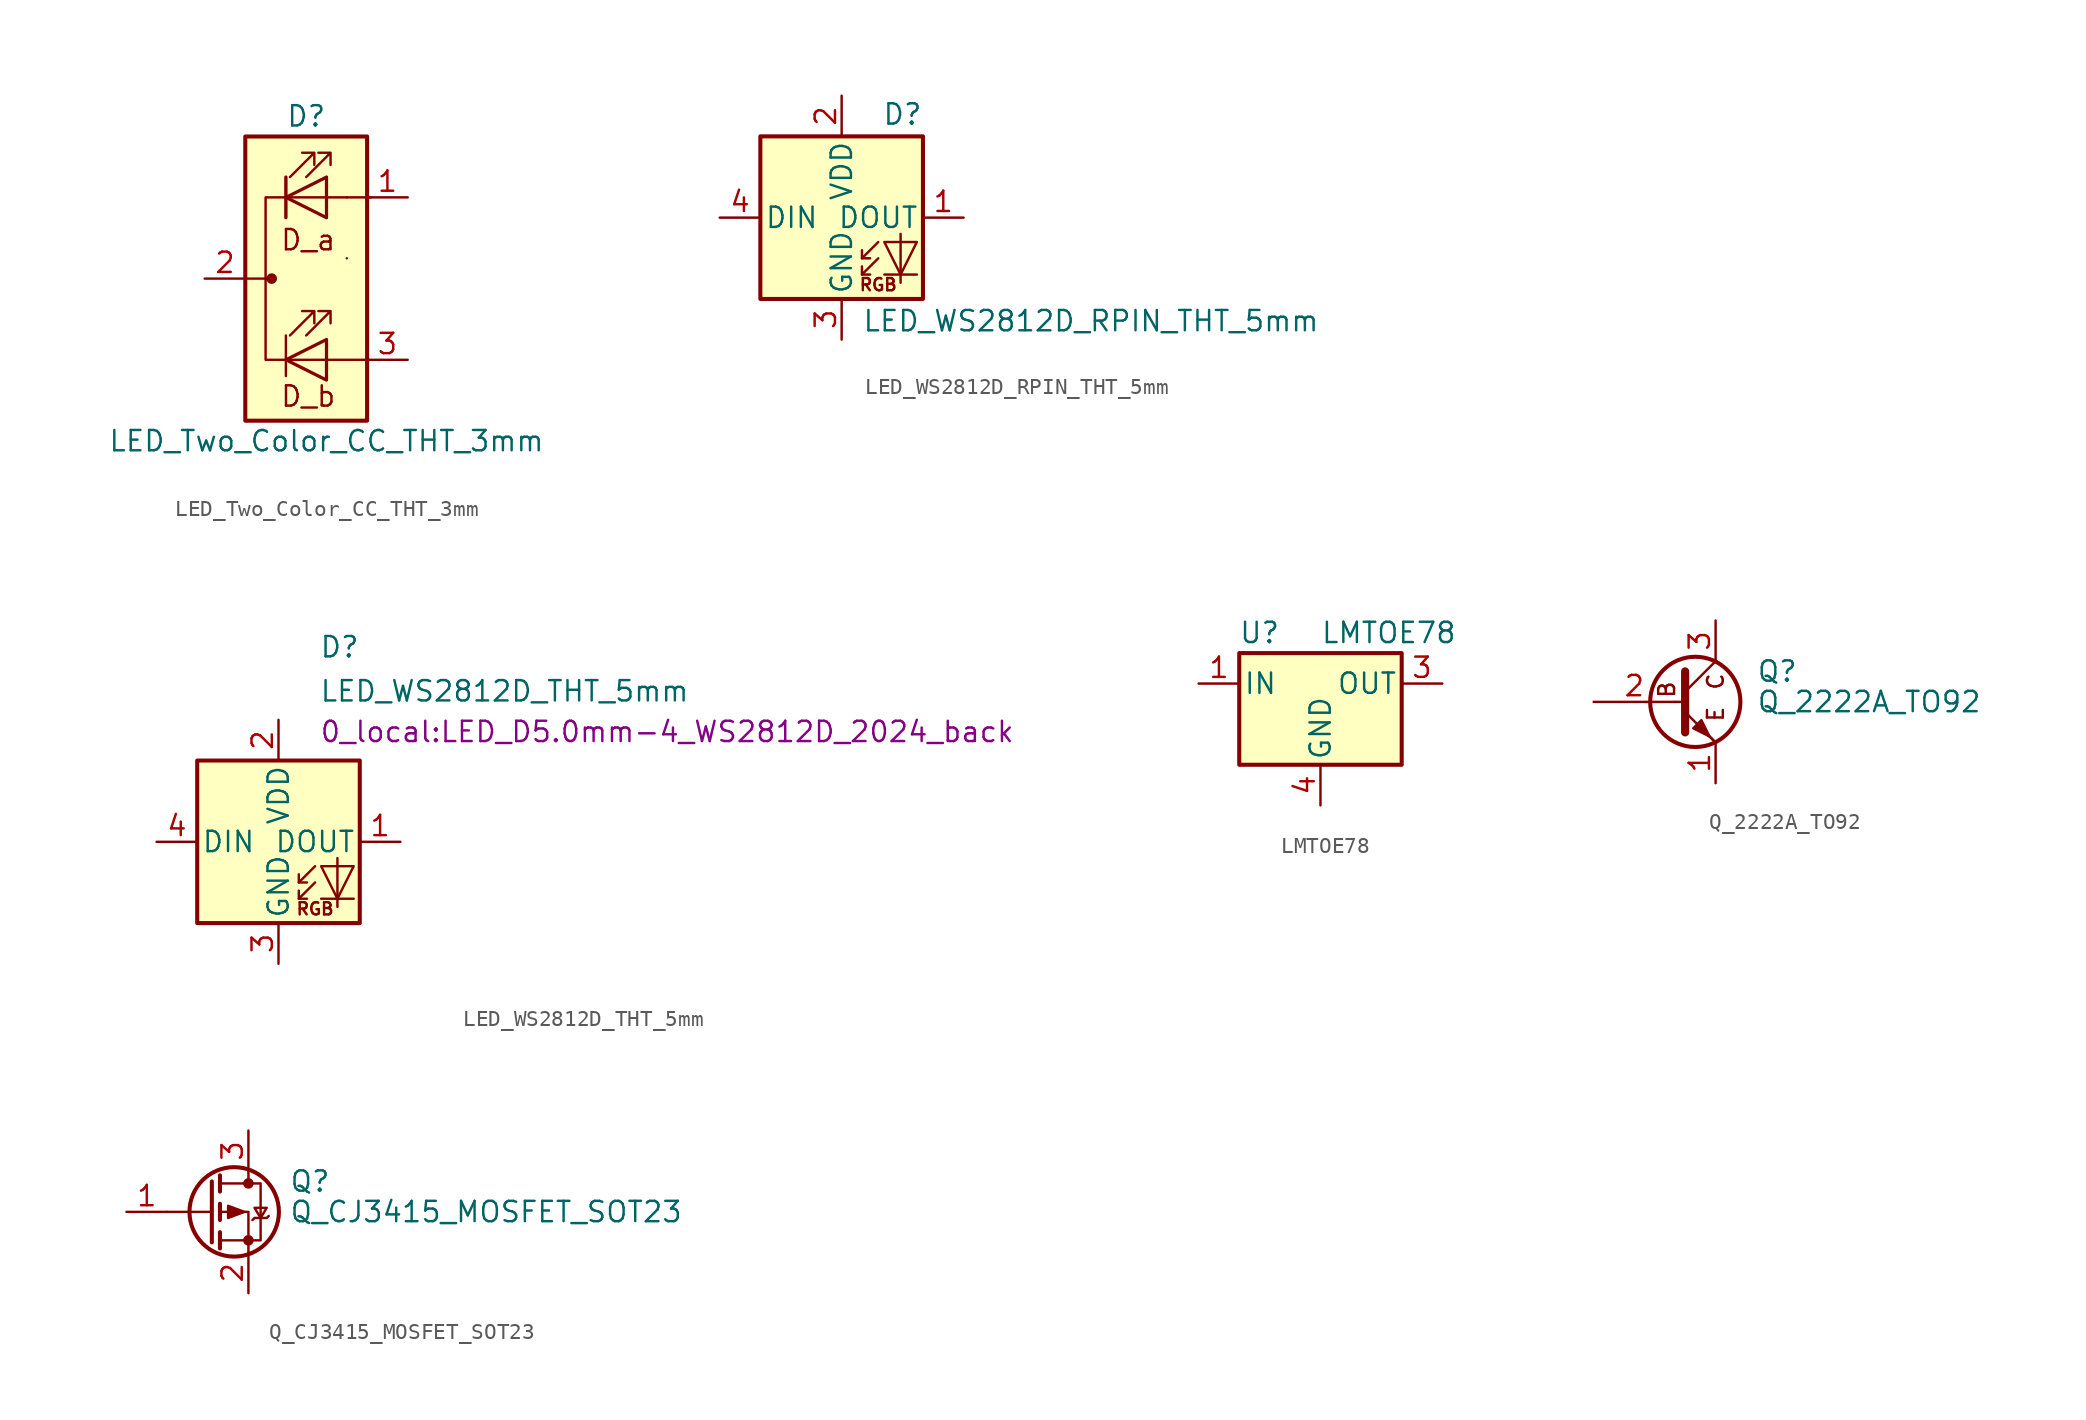
<source format=kicad_sym>
(kicad_symbol_lib
  (version 20220914)
  (generator kicad_symbol_editor)
  (symbol "LED_Two_Color_CC_THT_3mm"
    (pin_names
      (offset 0) hide)
    (property "Reference" "D"
      (at -1.27 10.16 0)
      (effects (font (size 1.27 1.27))))
    (property "Value" "LED_Two_Color_CC_THT_3mm"
      (at 0 -10.16 0)
      (effects (font (size 1.27 1.27))))
    (symbol "LED_Two_Color_CC_THT_3mm_0_0"
      (text "D_a" (at -1.143 2.413 0) (effects (font (size 1.27 1.27))))
      (text "D_b" (at -1.143 -7.366 0) (effects (font (size 1.27 1.27)))))
    (symbol "LED_Two_Color_CC_THT_3mm_0_1"
      (rectangle (start -5.08 8.89) (end 2.54 -8.89) (stroke (width 0.254) (type default)) (fill (type background)))
      (circle (center -3.429 0) (radius 0.254) (stroke (width 0) (type default)) (fill (type outline)))
      (polyline (pts (xy -5.08 0) (xy -3.556 0)) (stroke (width 0) (type default)) (fill (type none)))
      (polyline (pts (xy -2.54 -5.08) (xy 0 -5.08)) (stroke (width 0) (type default)) (fill (type none)))
      (polyline (pts (xy -2.54 -3.556) (xy -2.54 -6.096)) (stroke (width 0) (type default)) (fill (type none)))
      (polyline (pts (xy -2.54 5.08) (xy 0 5.08)) (stroke (width 0) (type default)) (fill (type none)))
      (polyline (pts (xy -2.54 6.35) (xy -2.54 3.81)) (stroke (width 0.203) (type default)) (fill (type none)))
      (polyline (pts (xy 0 -5.08) (xy 2.54 -5.08)) (stroke (width 0) (type default)) (fill (type none)))
      (polyline (pts (xy 0 5.08) (xy 1.27 5.08)) (stroke (width 0) (type default)) (fill (type none)))
      (polyline (pts (xy 1.27 5.08) (xy 2.794 5.08)) (stroke (width 0) (type default)) (fill (type none)))
      (polyline (pts (xy -2.54 6.35) (xy -2.54 3.81) (xy -2.54 3.81)) (stroke (width 0) (type default)) (fill (type none)))
      (polyline (pts (xy -2.54 5.08) (xy -3.81 5.08) (xy -3.81 -5.08) (xy -2.54 -5.08)) (stroke (width 0) (type default)) (fill (type none)))
      (polyline (pts (xy 0 -3.81) (xy 0 -6.35) (xy -2.54 -5.08) (xy 0 -3.81)) (stroke (width 0.203) (type default)) (fill (type none)))
      (polyline (pts (xy 0 6.35) (xy 0 3.81) (xy -2.54 5.08) (xy 0 6.35)) (stroke (width 0.203) (type default)) (fill (type none)))
      (polyline (pts (xy -2.286 -3.556) (xy -0.762 -2.032) (xy -1.524 -2.032) (xy -0.762 -2.032) (xy -0.762 -2.794)) (stroke (width 0) (type default)) (fill (type none)))
      (polyline (pts (xy -2.286 6.35) (xy -0.762 7.874) (xy -1.524 7.874) (xy -0.762 7.874) (xy -0.762 7.112)) (stroke (width 0) (type default)) (fill (type none)))
      (polyline (pts (xy -1.27 -3.556) (xy 0.254 -2.032) (xy -0.508 -2.032) (xy 0.254 -2.032) (xy 0.254 -2.794)) (stroke (width 0) (type default)) (fill (type none)))
      (polyline (pts (xy -1.27 6.35) (xy 0.254 7.874) (xy -0.508 7.874) (xy 0.254 7.874) (xy 0.254 7.112)) (stroke (width 0) (type default)) (fill (type none)))
      (rectangle (start 0 3.81) (end 0 6.35) (stroke (width 0) (type default)) (fill (type none)))
      (rectangle (start 0 6.35) (end 0 6.35) (stroke (width 0) (type default)) (fill (type none)))
      (rectangle (start 1.27 1.27) (end 1.27 1.27) (stroke (width 0) (type default)) (fill (type none))))
    (symbol "LED_Two_Color_CC_THT_3mm_1_1"
      (pin passive line (at 5.08 5.08 180) (length 2.54) (name "RA" (effects (font (size 1.27 1.27)))) (number "1" (effects (font (size 1.27 1.27)))))
      (pin passive line (at -7.62 0 0) (length 2.54) (name "K" (effects (font (size 1.27 1.27)))) (number "2" (effects (font (size 1.27 1.27)))))
      (pin passive line (at 5.08 -5.08 180) (length 2.54) (name "BA" (effects (font (size 1.27 1.27)))) (number "3" (effects (font (size 1.27 1.27)))))))
  (symbol "LED_WS2812D_RPIN_THT_5mm"
    (pin_names
      (offset 0.254))
    (property "Reference" "D"
      (at 5.08 5.715 0)
      (effects (font (size 1.27 1.27)) (justify right bottom)))
    (property "Value" "LED_WS2812D_RPIN_THT_5mm"
      (at 1.27 -5.715 0)
      (effects (font (size 1.27 1.27)) (justify left top)))
    (symbol "LED_WS2812D_RPIN_THT_5mm_0_0"
      (text "RGB" (at 2.286 -4.191 0) (effects (font (size 0.762 0.762)))))
    (symbol "LED_WS2812D_RPIN_THT_5mm_0_1"
      (polyline (pts (xy 1.27 -3.556) (xy 1.778 -3.556)) (stroke (width 0) (type default)) (fill (type none)))
      (polyline (pts (xy 1.27 -2.54) (xy 1.778 -2.54)) (stroke (width 0) (type default)) (fill (type none)))
      (polyline (pts (xy 4.699 -3.556) (xy 2.667 -3.556)) (stroke (width 0) (type default)) (fill (type none)))
      (polyline (pts (xy 2.286 -2.54) (xy 1.27 -3.556) (xy 1.27 -3.048)) (stroke (width 0) (type default)) (fill (type none)))
      (polyline (pts (xy 2.286 -1.524) (xy 1.27 -2.54) (xy 1.27 -2.032)) (stroke (width 0) (type default)) (fill (type none)))
      (polyline (pts (xy 3.683 -1.016) (xy 3.683 -3.556) (xy 3.683 -4.064)) (stroke (width 0) (type default)) (fill (type none)))
      (polyline (pts (xy 4.699 -1.524) (xy 2.667 -1.524) (xy 3.683 -3.556) (xy 4.699 -1.524)) (stroke (width 0) (type default)) (fill (type none)))
      (rectangle (start 5.08 5.08) (end -5.08 -5.08) (stroke (width 0.254) (type default)) (fill (type background))))
    (symbol "LED_WS2812D_RPIN_THT_5mm_1_1"
      (pin output line (at 7.62 0 180) (length 2.54) (name "DOUT" (effects (font (size 1.27 1.27)))) (number "1" (effects (font (size 1.27 1.27)))))
      (pin power_in line (at 0 7.62 270) (length 2.54) (name "VDD" (effects (font (size 1.27 1.27)))) (number "2" (effects (font (size 1.27 1.27)))))
      (pin power_in line (at 0 -7.62 90) (length 2.54) (name "GND" (effects (font (size 1.27 1.27)))) (number "3" (effects (font (size 1.27 1.27)))))
      (pin input line (at -7.62 0 0) (length 2.54) (name "DIN" (effects (font (size 1.27 1.27)))) (number "4" (effects (font (size 1.27 1.27)))))))
  (symbol "LED_WS2812D_THT_5mm"
    (pin_names
      (offset 0.254))
    (property "Reference" "D"
      (at 2.54 11.43 0)
      (effects (font (size 1.27 1.27)) (justify left bottom)))
    (property "Value" "LED_WS2812D_THT_5mm"
      (at 2.54 10.16 0)
      (effects (font (size 1.27 1.27)) (justify left top)))
    (property "Footprint" "0_local:LED_D5.0mm-4_WS2812D_2024_back"
      (at 2.54 7.62 0)
      (effects (font (size 1.27 1.27)) (justify left top)))
    (symbol "LED_WS2812D_THT_5mm_0_0"
      (text "RGB" (at 2.286 -4.191 0) (effects (font (size 0.762 0.762)))))
    (symbol "LED_WS2812D_THT_5mm_0_1"
      (polyline (pts (xy 1.27 -3.556) (xy 1.778 -3.556)) (stroke (width 0) (type default)) (fill (type none)))
      (polyline (pts (xy 1.27 -2.54) (xy 1.778 -2.54)) (stroke (width 0) (type default)) (fill (type none)))
      (polyline (pts (xy 4.699 -3.556) (xy 2.667 -3.556)) (stroke (width 0) (type default)) (fill (type none)))
      (polyline (pts (xy 2.286 -2.54) (xy 1.27 -3.556) (xy 1.27 -3.048)) (stroke (width 0) (type default)) (fill (type none)))
      (polyline (pts (xy 2.286 -1.524) (xy 1.27 -2.54) (xy 1.27 -2.032)) (stroke (width 0) (type default)) (fill (type none)))
      (polyline (pts (xy 3.683 -1.016) (xy 3.683 -3.556) (xy 3.683 -4.064)) (stroke (width 0) (type default)) (fill (type none)))
      (polyline (pts (xy 4.699 -1.524) (xy 2.667 -1.524) (xy 3.683 -3.556) (xy 4.699 -1.524)) (stroke (width 0) (type default)) (fill (type none)))
      (rectangle (start 5.08 5.08) (end -5.08 -5.08) (stroke (width 0.254) (type default)) (fill (type background))))
    (symbol "LED_WS2812D_THT_5mm_1_1"
      (pin output line (at 7.62 0 180) (length 2.54) (name "DOUT" (effects (font (size 1.27 1.27)))) (number "1" (effects (font (size 1.27 1.27)))))
      (pin power_in line (at 0 7.62 270) (length 2.54) (name "VDD" (effects (font (size 1.27 1.27)))) (number "2" (effects (font (size 1.27 1.27)))))
      (pin power_in line (at 0 -7.62 90) (length 2.54) (name "GND" (effects (font (size 1.27 1.27)))) (number "3" (effects (font (size 1.27 1.27)))))
      (pin input line (at -7.62 0 0) (length 2.54) (name "DIN" (effects (font (size 1.27 1.27)))) (number "4" (effects (font (size 1.27 1.27)))))))
  (symbol "LMTOE78"
    (pin_names
      (offset 0.254))
    (property "Reference" "U"
      (at -3.81 3.175 0)
      (effects (font (size 1.27 1.27))))
    (property "Value" "LMTOE78"
      (at 0 3.175 0)
      (effects (font (size 1.27 1.27)) (justify left)))
    (symbol "LMTOE78_0_1"
      (rectangle (start -5.08 1.905) (end 5.08 -5.08) (stroke (width 0.254) (type default)) (fill (type background))))
    (symbol "LMTOE78_1_1"
      (pin power_in line (at -7.62 0 0) (length 2.54) (name "IN" (effects (font (size 1.27 1.27)))) (number "1" (effects (font (size 1.27 1.27)))))
      (pin power_out line (at 7.62 0 180) (length 2.54) (name "OUT" (effects (font (size 1.27 1.27)))) (number "3" (effects (font (size 1.27 1.27)))))
      (pin power_in line (at 0 -7.62 90) (length 2.54) (name "GND" (effects (font (size 1.27 1.27)))) (number "4" (effects (font (size 1.27 1.27)))))))
  (symbol "Q_2222A_TO92"
    (pin_names
      (offset 0) hide)
    (property "Reference" "Q"
      (at 5.08 1.905 0)
      (effects (font (size 1.27 1.27)) (justify left)))
    (property "Value" "Q_2222A_TO92"
      (at 5.08 0 0)
      (effects (font (size 1.27 1.27)) (justify left)))
    (symbol "Q_2222A_TO92_0_0"
      (text "B" (at -0.508 0.762 900) (effects (font (size 0.991 0.991))))
      (text "C" (at 2.54 1.27 900) (effects (font (size 0.991 0.991))))
      (text "E" (at 2.54 -0.762 900) (effects (font (size 0.991 0.991)))))
    (symbol "Q_2222A_TO92_0_1"
      (polyline (pts (xy 0 0) (xy 0.635 0)) (stroke (width 0) (type default)) (fill (type none)))
      (polyline (pts (xy 2.54 -2.54) (xy 0.635 -0.635)) (stroke (width 0) (type default)) (fill (type none)))
      (polyline (pts (xy 2.54 2.54) (xy 0.635 0.635)) (stroke (width 0) (type default)) (fill (type none)))
      (polyline (pts (xy 0.635 1.905) (xy 0.635 -1.905) (xy 0.635 -1.905)) (stroke (width 0.508) (type default)) (fill (type none)))
      (polyline (pts (xy 2.413 -2.413) (xy 1.905 -1.905) (xy 1.905 -1.905)) (stroke (width 0) (type default)) (fill (type none)))
      (polyline (pts (xy 1.143 -1.651) (xy 1.651 -1.143) (xy 2.159 -2.159) (xy 1.143 -1.651) (xy 1.143 -1.651)) (stroke (width 0) (type default)) (fill (type outline)))
      (circle (center 1.27 0) (radius 2.819) (stroke (width 0.254) (type default)) (fill (type none))))
    (symbol "Q_2222A_TO92_1_1"
      (pin passive line (at 2.54 -5.08 90) (length 2.54) (name "E" (effects (font (size 1.27 1.27)))) (number "1" (effects (font (size 1.27 1.27)))))
      (pin input line (at -5.08 0 0) (length 5.08) (name "B" (effects (font (size 1.27 1.27)))) (number "2" (effects (font (size 1.27 1.27)))))
      (pin passive line (at 2.54 5.08 270) (length 2.54) (name "C" (effects (font (size 1.27 1.27)))) (number "3" (effects (font (size 1.27 1.27)))))))
  (symbol "Q_CJ3415_MOSFET_SOT23"
    (pin_names hide)
    (property "Reference" "Q"
      (at 5.08 1.905 0)
      (effects (font (size 1.27 1.27)) (justify left)))
    (property "Value" "Q_CJ3415_MOSFET_SOT23"
      (at 5.08 0 0)
      (effects (font (size 1.27 1.27)) (justify left)))
    (symbol "Q_CJ3415_MOSFET_SOT23_0_1"
      (polyline (pts (xy 0.254 0) (xy -2.54 0)) (stroke (width 0) (type default)) (fill (type none)))
      (polyline (pts (xy 0.254 1.905) (xy 0.254 -1.905)) (stroke (width 0.254) (type default)) (fill (type none)))
      (polyline (pts (xy 0.762 -1.27) (xy 0.762 -2.286)) (stroke (width 0.254) (type default)) (fill (type none)))
      (polyline (pts (xy 0.762 0.508) (xy 0.762 -0.508)) (stroke (width 0.254) (type default)) (fill (type none)))
      (polyline (pts (xy 0.762 2.286) (xy 0.762 1.27)) (stroke (width 0.254) (type default)) (fill (type none)))
      (polyline (pts (xy 2.54 2.54) (xy 2.54 1.778)) (stroke (width 0) (type default)) (fill (type none)))
      (polyline (pts (xy 2.54 -2.54) (xy 2.54 0) (xy 0.762 0)) (stroke (width 0) (type default)) (fill (type none)))
      (polyline (pts (xy 0.762 1.778) (xy 3.302 1.778) (xy 3.302 -1.778) (xy 0.762 -1.778)) (stroke (width 0) (type default)) (fill (type none)))
      (polyline (pts (xy 2.286 0) (xy 1.27 0.381) (xy 1.27 -0.381) (xy 2.286 0)) (stroke (width 0) (type default)) (fill (type outline)))
      (polyline (pts (xy 2.794 -0.508) (xy 2.921 -0.381) (xy 3.683 -0.381) (xy 3.81 -0.254)) (stroke (width 0) (type default)) (fill (type none)))
      (polyline (pts (xy 3.302 -0.381) (xy 2.921 0.254) (xy 3.683 0.254) (xy 3.302 -0.381)) (stroke (width 0) (type default)) (fill (type none)))
      (circle (center 1.651 0) (radius 2.794) (stroke (width 0.254) (type default)) (fill (type none)))
      (circle (center 2.54 -1.778) (radius 0.254) (stroke (width 0) (type default)) (fill (type outline)))
      (circle (center 2.54 1.778) (radius 0.254) (stroke (width 0) (type default)) (fill (type outline))))
    (symbol "Q_CJ3415_MOSFET_SOT23_1_1"
      (pin input line (at -5.08 0 0) (length 2.54) (name "G" (effects (font (size 1.27 1.27)))) (number "1" (effects (font (size 1.27 1.27)))))
      (pin passive line (at 2.54 -5.08 90) (length 2.54) (name "S" (effects (font (size 1.27 1.27)))) (number "2" (effects (font (size 1.27 1.27)))))
      (pin passive line (at 2.54 5.08 270) (length 2.54) (name "D" (effects (font (size 1.27 1.27)))) (number "3" (effects (font (size 1.27 1.27))))))))
</source>
